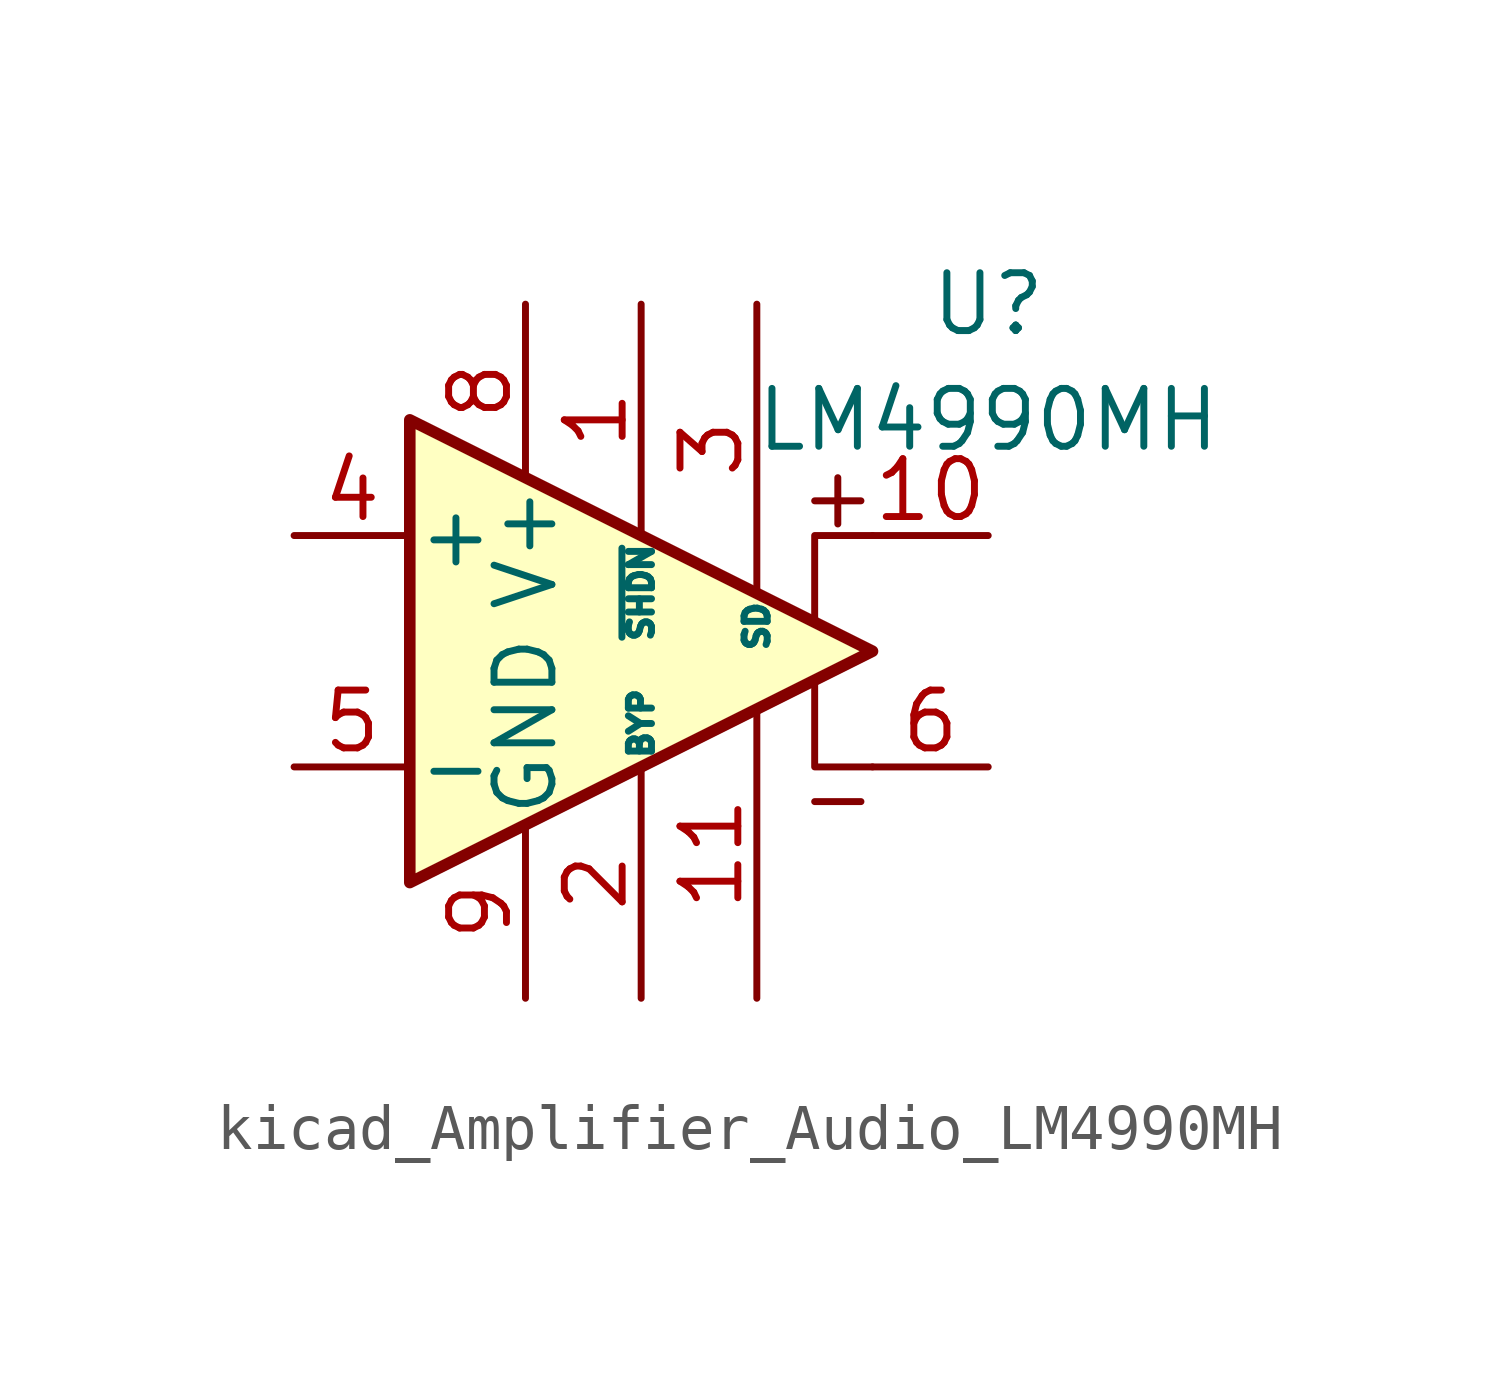
<source format=kicad_sym>
(kicad_symbol_lib
  (version 20220914)
  (generator kicad_symbol_editor)
  (symbol "kicad_Amplifier_Audio_LM4990MH"
    (pin_names
      (offset 0.127))
    (property "Reference" "U"
      (at 7.62 7.62 0)
      (effects (font (size 1.27 1.27))))
    (property "Value" "LM4990MH"
      (at 7.62 5.08 0)
      (effects (font (size 1.27 1.27))))
    (symbol "kicad_Amplifier_Audio_LM4990MH_0_1"
      (polyline (pts (xy 3.81 -0.635) (xy 3.81 -2.54) (xy 5.08 -2.54)) (stroke (width 0) (type default)) (fill (type none)))
      (polyline (pts (xy 5.08 2.54) (xy 3.81 2.54) (xy 3.81 0.635)) (stroke (width 0) (type default)) (fill (type none)))
      (polyline (pts (xy -5.08 5.08) (xy 5.08 0) (xy -5.08 -5.08) (xy -5.08 5.08)) (stroke (width 0.254) (type default)) (fill (type background))))
    (symbol "kicad_Amplifier_Audio_LM4990MH_1_1"
      (polyline (pts (xy 3.81 -3.302) (xy 4.826 -3.302)) (stroke (width 0) (type default)) (fill (type none)))
      (polyline (pts (xy 4.318 3.81) (xy 4.318 2.794)) (stroke (width 0) (type default)) (fill (type none)))
      (polyline (pts (xy 4.826 3.302) (xy 3.81 3.302)) (stroke (width 0) (type default)) (fill (type none)))
      (pin output line (at 0 7.62 270) (length 5.08) (name "~{SHDN}" (effects (font (size 0.508 0.508)))) (number "1" (effects (font (size 1.27 1.27)))))
      (pin output line (at 7.62 2.54 180) (length 2.54) (name "~" (effects (font (size 1.27 1.27)))) (number "10" (effects (font (size 1.27 1.27)))))
      (pin power_in line (at 2.54 -7.62 90) (length 6.35) (name "~" (effects (font (size 1.27 1.27)))) (number "11" (effects (font (size 1.27 1.27)))))
      (pin input line (at 0 -7.62 90) (length 5.08) (name "BYP" (effects (font (size 0.508 0.508)))) (number "2" (effects (font (size 1.27 1.27)))))
      (pin input line (at 2.54 7.62 270) (length 6.35) (name "SD" (effects (font (size 0.508 0.508)))) (number "3" (effects (font (size 1.27 1.27)))))
      (pin input line (at -7.62 2.54 0) (length 2.54) (name "+" (effects (font (size 1.27 1.27)))) (number "4" (effects (font (size 1.27 1.27)))))
      (pin input line (at -7.62 -2.54 0) (length 2.54) (name "-" (effects (font (size 1.27 1.27)))) (number "5" (effects (font (size 1.27 1.27)))))
      (pin output line (at 7.62 -2.54 180) (length 2.54) (name "~" (effects (font (size 1.27 1.27)))) (number "6" (effects (font (size 1.27 1.27)))))
      (pin no_connect line (at 0 2.54 270) (length 2.54) hide (name "NC" (effects (font (size 1.27 1.27)))) (number "7" (effects (font (size 1.27 1.27)))))
      (pin power_in line (at -2.54 7.62 270) (length 3.81) (name "V+" (effects (font (size 1.27 1.27)))) (number "8" (effects (font (size 1.27 1.27)))))
      (pin power_in line (at -2.54 -7.62 90) (length 3.81) (name "GND" (effects (font (size 1.27 1.27)))) (number "9" (effects (font (size 1.27 1.27))))))))
</source>
